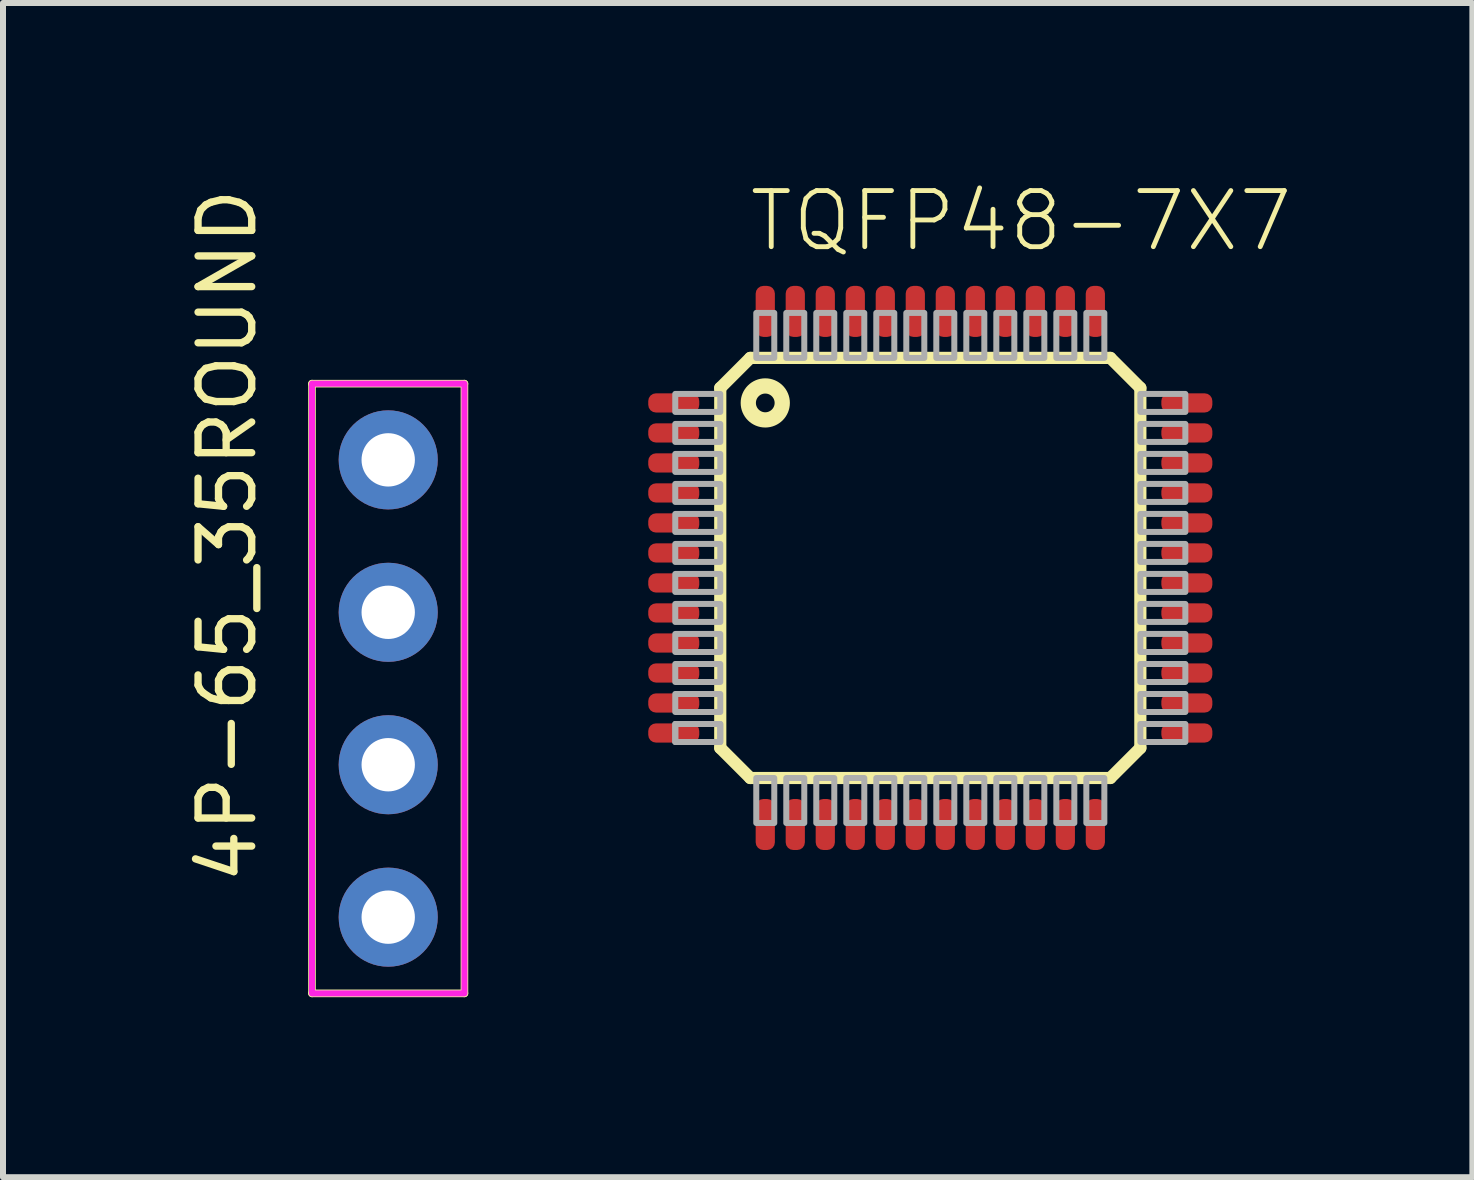
<source format=kicad_pcb>
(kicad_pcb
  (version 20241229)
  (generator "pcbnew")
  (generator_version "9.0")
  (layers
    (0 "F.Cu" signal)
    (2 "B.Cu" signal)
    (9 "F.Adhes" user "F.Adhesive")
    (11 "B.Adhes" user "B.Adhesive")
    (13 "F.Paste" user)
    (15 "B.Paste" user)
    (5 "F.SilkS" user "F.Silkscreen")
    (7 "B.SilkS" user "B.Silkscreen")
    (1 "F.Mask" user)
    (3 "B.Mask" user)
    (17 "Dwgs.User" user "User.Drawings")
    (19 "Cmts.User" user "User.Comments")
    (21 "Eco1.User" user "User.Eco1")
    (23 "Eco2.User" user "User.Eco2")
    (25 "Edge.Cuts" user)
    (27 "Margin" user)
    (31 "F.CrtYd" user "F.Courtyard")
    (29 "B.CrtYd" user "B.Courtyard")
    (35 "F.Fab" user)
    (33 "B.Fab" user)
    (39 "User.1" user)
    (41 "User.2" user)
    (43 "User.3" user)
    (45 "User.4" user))
  (footprint "TQFP48-7X7"
    (layer "F.Cu")
    (at 12.452 6.414)
    (property "Reference" "TQFP48-7X7" (at -3.06 -5.235 0) (layer "F.SilkS") (effects (font (size 0.935 0.935) (thickness 0.081)) (justify left bottom)))
    (fp_line (start -3.5 -3) (end -3 -3.5) (stroke (width 0.203) (type solid)) (layer "F.SilkS"))
    (fp_line (start -3.5 3) (end -3.5 -3) (stroke (width 0.203) (type solid)) (layer "F.SilkS"))
    (fp_line (start -3 -3.5) (end 3 -3.5) (stroke (width 0.203) (type solid)) (layer "F.SilkS"))
    (fp_line (start -3 3.5) (end -3.5 3) (stroke (width 0.203) (type solid)) (layer "F.SilkS"))
    (fp_line (start 3 -3.5) (end 3.5 -3) (stroke (width 0.203) (type solid)) (layer "F.SilkS"))
    (fp_line (start 3 3.5) (end -3 3.5) (stroke (width 0.203) (type solid)) (layer "F.SilkS"))
    (fp_line (start 3.5 -3) (end 3.5 3) (stroke (width 0.203) (type solid)) (layer "F.SilkS"))
    (fp_line (start 3.5 3) (end 3 3.5) (stroke (width 0.203) (type solid)) (layer "F.SilkS"))
    (fp_circle (center -2.75 -2.75) (end -2.467 -2.75) (stroke (width 0.254) (type solid)) (fill no) (layer "F.SilkS"))
    (fp_poly (pts (xy -4.25 -2.6) (xy -3.5 -2.6) (xy -3.5 -2.9) (xy -4.25 -2.9)) (stroke (width 0.1) (type default)) (fill no) (layer "F.Fab"))
    (fp_poly (pts (xy -4.25 -2.1) (xy -3.5 -2.1) (xy -3.5 -2.4) (xy -4.25 -2.4)) (stroke (width 0.1) (type default)) (fill no) (layer "F.Fab"))
    (fp_poly (pts (xy -4.25 -1.6) (xy -3.5 -1.6) (xy -3.5 -1.9) (xy -4.25 -1.9)) (stroke (width 0.1) (type default)) (fill no) (layer "F.Fab"))
    (fp_poly (pts (xy -4.25 -1.1) (xy -3.5 -1.1) (xy -3.5 -1.4) (xy -4.25 -1.4)) (stroke (width 0.1) (type default)) (fill no) (layer "F.Fab"))
    (fp_poly (pts (xy -4.25 -0.6) (xy -3.5 -0.6) (xy -3.5 -0.9) (xy -4.25 -0.9)) (stroke (width 0.1) (type default)) (fill no) (layer "F.Fab"))
    (fp_poly (pts (xy -4.25 -0.1) (xy -3.5 -0.1) (xy -3.5 -0.4) (xy -4.25 -0.4)) (stroke (width 0.1) (type default)) (fill no) (layer "F.Fab"))
    (fp_poly (pts (xy -4.25 0.4) (xy -3.5 0.4) (xy -3.5 0.1) (xy -4.25 0.1)) (stroke (width 0.1) (type default)) (fill no) (layer "F.Fab"))
    (fp_poly (pts (xy -4.25 0.9) (xy -3.5 0.9) (xy -3.5 0.6) (xy -4.25 0.6)) (stroke (width 0.1) (type default)) (fill no) (layer "F.Fab"))
    (fp_poly (pts (xy -4.25 1.4) (xy -3.5 1.4) (xy -3.5 1.1) (xy -4.25 1.1)) (stroke (width 0.1) (type default)) (fill no) (layer "F.Fab"))
    (fp_poly (pts (xy -4.25 1.9) (xy -3.5 1.9) (xy -3.5 1.6) (xy -4.25 1.6)) (stroke (width 0.1) (type default)) (fill no) (layer "F.Fab"))
    (fp_poly (pts (xy -4.25 2.4) (xy -3.5 2.4) (xy -3.5 2.1) (xy -4.25 2.1)) (stroke (width 0.1) (type default)) (fill no) (layer "F.Fab"))
    (fp_poly (pts (xy -4.25 2.9) (xy -3.5 2.9) (xy -3.5 2.6) (xy -4.25 2.6)) (stroke (width 0.1) (type default)) (fill no) (layer "F.Fab"))
    (fp_poly (pts (xy -4.25 2.9) (xy -3.5 2.9) (xy -3.5 2.6) (xy -4.25 2.6)) (stroke (width 0.1) (type default)) (fill no) (layer "F.Fab"))
    (fp_poly (pts (xy -2.9 -3.5) (xy -2.6 -3.5) (xy -2.6 -4.25) (xy -2.9 -4.25)) (stroke (width 0.1) (type default)) (fill no) (layer "F.Fab"))
    (fp_poly (pts (xy -2.9 4.25) (xy -2.6 4.25) (xy -2.6 3.5) (xy -2.9 3.5)) (stroke (width 0.1) (type default)) (fill no) (layer "F.Fab"))
    (fp_poly (pts (xy -2.4 -3.5) (xy -2.1 -3.5) (xy -2.1 -4.25) (xy -2.4 -4.25)) (stroke (width 0.1) (type default)) (fill no) (layer "F.Fab"))
    (fp_poly (pts (xy -2.4 4.25) (xy -2.1 4.25) (xy -2.1 3.5) (xy -2.4 3.5)) (stroke (width 0.1) (type default)) (fill no) (layer "F.Fab"))
    (fp_poly (pts (xy -1.9 -3.5) (xy -1.6 -3.5) (xy -1.6 -4.25) (xy -1.9 -4.25)) (stroke (width 0.1) (type default)) (fill no) (layer "F.Fab"))
    (fp_poly (pts (xy -1.9 4.25) (xy -1.6 4.25) (xy -1.6 3.5) (xy -1.9 3.5)) (stroke (width 0.1) (type default)) (fill no) (layer "F.Fab"))
    (fp_poly (pts (xy -1.4 -3.5) (xy -1.1 -3.5) (xy -1.1 -4.25) (xy -1.4 -4.25)) (stroke (width 0.1) (type default)) (fill no) (layer "F.Fab"))
    (fp_poly (pts (xy -1.4 4.25) (xy -1.1 4.25) (xy -1.1 3.5) (xy -1.4 3.5)) (stroke (width 0.1) (type default)) (fill no) (layer "F.Fab"))
    (fp_poly (pts (xy -0.9 -3.5) (xy -0.6 -3.5) (xy -0.6 -4.25) (xy -0.9 -4.25)) (stroke (width 0.1) (type default)) (fill no) (layer "F.Fab"))
    (fp_poly (pts (xy -0.9 4.25) (xy -0.6 4.25) (xy -0.6 3.5) (xy -0.9 3.5)) (stroke (width 0.1) (type default)) (fill no) (layer "F.Fab"))
    (fp_poly (pts (xy -0.4 -3.5) (xy -0.1 -3.5) (xy -0.1 -4.25) (xy -0.4 -4.25)) (stroke (width 0.1) (type default)) (fill no) (layer "F.Fab"))
    (fp_poly (pts (xy -0.4 4.25) (xy -0.1 4.25) (xy -0.1 3.5) (xy -0.4 3.5)) (stroke (width 0.1) (type default)) (fill no) (layer "F.Fab"))
    (fp_poly (pts (xy 0.1 -3.5) (xy 0.4 -3.5) (xy 0.4 -4.25) (xy 0.1 -4.25)) (stroke (width 0.1) (type default)) (fill no) (layer "F.Fab"))
    (fp_poly (pts (xy 0.1 4.25) (xy 0.4 4.25) (xy 0.4 3.5) (xy 0.1 3.5)) (stroke (width 0.1) (type default)) (fill no) (layer "F.Fab"))
    (fp_poly (pts (xy 0.6 -3.5) (xy 0.9 -3.5) (xy 0.9 -4.25) (xy 0.6 -4.25)) (stroke (width 0.1) (type default)) (fill no) (layer "F.Fab"))
    (fp_poly (pts (xy 0.6 4.25) (xy 0.9 4.25) (xy 0.9 3.5) (xy 0.6 3.5)) (stroke (width 0.1) (type default)) (fill no) (layer "F.Fab"))
    (fp_poly (pts (xy 1.1 -3.5) (xy 1.4 -3.5) (xy 1.4 -4.25) (xy 1.1 -4.25)) (stroke (width 0.1) (type default)) (fill no) (layer "F.Fab"))
    (fp_poly (pts (xy 1.1 4.25) (xy 1.4 4.25) (xy 1.4 3.5) (xy 1.1 3.5)) (stroke (width 0.1) (type default)) (fill no) (layer "F.Fab"))
    (fp_poly (pts (xy 1.6 -3.5) (xy 1.9 -3.5) (xy 1.9 -4.25) (xy 1.6 -4.25)) (stroke (width 0.1) (type default)) (fill no) (layer "F.Fab"))
    (fp_poly (pts (xy 1.6 4.25) (xy 1.9 4.25) (xy 1.9 3.5) (xy 1.6 3.5)) (stroke (width 0.1) (type default)) (fill no) (layer "F.Fab"))
    (fp_poly (pts (xy 2.1 -3.5) (xy 2.4 -3.5) (xy 2.4 -4.25) (xy 2.1 -4.25)) (stroke (width 0.1) (type default)) (fill no) (layer "F.Fab"))
    (fp_poly (pts (xy 2.1 4.25) (xy 2.4 4.25) (xy 2.4 3.5) (xy 2.1 3.5)) (stroke (width 0.1) (type default)) (fill no) (layer "F.Fab"))
    (fp_poly (pts (xy 2.6 -3.5) (xy 2.9 -3.5) (xy 2.9 -4.25) (xy 2.6 -4.25)) (stroke (width 0.1) (type default)) (fill no) (layer "F.Fab"))
    (fp_poly (pts (xy 2.6 4.25) (xy 2.9 4.25) (xy 2.9 3.5) (xy 2.6 3.5)) (stroke (width 0.1) (type default)) (fill no) (layer "F.Fab"))
    (fp_poly (pts (xy 3.5 -2.6) (xy 4.25 -2.6) (xy 4.25 -2.9) (xy 3.5 -2.9)) (stroke (width 0.1) (type default)) (fill no) (layer "F.Fab"))
    (fp_poly (pts (xy 3.5 -2.1) (xy 4.25 -2.1) (xy 4.25 -2.4) (xy 3.5 -2.4)) (stroke (width 0.1) (type default)) (fill no) (layer "F.Fab"))
    (fp_poly (pts (xy 3.5 -1.6) (xy 4.25 -1.6) (xy 4.25 -1.9) (xy 3.5 -1.9)) (stroke (width 0.1) (type default)) (fill no) (layer "F.Fab"))
    (fp_poly (pts (xy 3.5 -1.1) (xy 4.25 -1.1) (xy 4.25 -1.4) (xy 3.5 -1.4)) (stroke (width 0.1) (type default)) (fill no) (layer "F.Fab"))
    (fp_poly (pts (xy 3.5 -0.6) (xy 4.25 -0.6) (xy 4.25 -0.9) (xy 3.5 -0.9)) (stroke (width 0.1) (type default)) (fill no) (layer "F.Fab"))
    (fp_poly (pts (xy 3.5 -0.1) (xy 4.25 -0.1) (xy 4.25 -0.4) (xy 3.5 -0.4)) (stroke (width 0.1) (type default)) (fill no) (layer "F.Fab"))
    (fp_poly (pts (xy 3.5 0.4) (xy 4.25 0.4) (xy 4.25 0.1) (xy 3.5 0.1)) (stroke (width 0.1) (type default)) (fill no) (layer "F.Fab"))
    (fp_poly (pts (xy 3.5 0.9) (xy 4.25 0.9) (xy 4.25 0.6) (xy 3.5 0.6)) (stroke (width 0.1) (type default)) (fill no) (layer "F.Fab"))
    (fp_poly (pts (xy 3.5 1.4) (xy 4.25 1.4) (xy 4.25 1.1) (xy 3.5 1.1)) (stroke (width 0.1) (type default)) (fill no) (layer "F.Fab"))
    (fp_poly (pts (xy 3.5 1.9) (xy 4.25 1.9) (xy 4.25 1.6) (xy 3.5 1.6)) (stroke (width 0.1) (type default)) (fill no) (layer "F.Fab"))
    (fp_poly (pts (xy 3.5 2.4) (xy 4.25 2.4) (xy 4.25 2.1) (xy 3.5 2.1)) (stroke (width 0.1) (type default)) (fill no) (layer "F.Fab"))
    (fp_poly (pts (xy 3.5 2.9) (xy 4.25 2.9) (xy 4.25 2.6) (xy 3.5 2.6)) (stroke (width 0.1) (type default)) (fill no) (layer "F.Fab"))
    (pad "1" smd roundrect (at -4.275 -2.75) (size 0.85 0.32) (layers "F.Cu" "F.Mask" "F.Paste") (roundrect_rratio 0.4))
    (pad "2" smd roundrect (at -4.275 -2.25) (size 0.85 0.32) (layers "F.Cu" "F.Mask" "F.Paste") (roundrect_rratio 0.4))
    (pad "3" smd roundrect (at -4.275 -1.75) (size 0.85 0.32) (layers "F.Cu" "F.Mask" "F.Paste") (roundrect_rratio 0.4))
    (pad "4" smd roundrect (at -4.275 -1.25) (size 0.85 0.32) (layers "F.Cu" "F.Mask" "F.Paste") (roundrect_rratio 0.4))
    (pad "5" smd roundrect (at -4.275 -0.75) (size 0.85 0.32) (layers "F.Cu" "F.Mask" "F.Paste") (roundrect_rratio 0.4))
    (pad "6" smd roundrect (at -4.275 -0.25) (size 0.85 0.32) (layers "F.Cu" "F.Mask" "F.Paste") (roundrect_rratio 0.4))
    (pad "7" smd roundrect (at -4.275 0.25) (size 0.85 0.32) (layers "F.Cu" "F.Mask" "F.Paste") (roundrect_rratio 0.4))
    (pad "8" smd roundrect (at -4.275 0.75) (size 0.85 0.32) (layers "F.Cu" "F.Mask" "F.Paste") (roundrect_rratio 0.4))
    (pad "9" smd roundrect (at -4.275 1.25) (size 0.85 0.32) (layers "F.Cu" "F.Mask" "F.Paste") (roundrect_rratio 0.4))
    (pad "10" smd roundrect (at -4.275 1.75) (size 0.85 0.32) (layers "F.Cu" "F.Mask" "F.Paste") (roundrect_rratio 0.4))
    (pad "11" smd roundrect (at -4.275 2.25) (size 0.85 0.32) (layers "F.Cu" "F.Mask" "F.Paste") (roundrect_rratio 0.4))
    (pad "12" smd roundrect (at -4.275 2.75) (size 0.85 0.32) (layers "F.Cu" "F.Mask" "F.Paste") (roundrect_rratio 0.4))
    (pad "13" smd roundrect (at -2.75 4.275 90) (size 0.85 0.32) (layers "F.Cu" "F.Mask" "F.Paste") (roundrect_rratio 0.4))
    (pad "14" smd roundrect (at -2.25 4.275 90) (size 0.85 0.32) (layers "F.Cu" "F.Mask" "F.Paste") (roundrect_rratio 0.4))
    (pad "15" smd roundrect (at -1.75 4.275 90) (size 0.85 0.32) (layers "F.Cu" "F.Mask" "F.Paste") (roundrect_rratio 0.4))
    (pad "16" smd roundrect (at -1.25 4.275 90) (size 0.85 0.32) (layers "F.Cu" "F.Mask" "F.Paste") (roundrect_rratio 0.4))
    (pad "17" smd roundrect (at -0.75 4.275 90) (size 0.85 0.32) (layers "F.Cu" "F.Mask" "F.Paste") (roundrect_rratio 0.4))
    (pad "18" smd roundrect (at -0.25 4.275 90) (size 0.85 0.32) (layers "F.Cu" "F.Mask" "F.Paste") (roundrect_rratio 0.4))
    (pad "19" smd roundrect (at 0.25 4.275 90) (size 0.85 0.32) (layers "F.Cu" "F.Mask" "F.Paste") (roundrect_rratio 0.4))
    (pad "20" smd roundrect (at 0.75 4.275 90) (size 0.85 0.32) (layers "F.Cu" "F.Mask" "F.Paste") (roundrect_rratio 0.4))
    (pad "21" smd roundrect (at 1.25 4.275 90) (size 0.85 0.32) (layers "F.Cu" "F.Mask" "F.Paste") (roundrect_rratio 0.4))
    (pad "22" smd roundrect (at 1.75 4.275 90) (size 0.85 0.32) (layers "F.Cu" "F.Mask" "F.Paste") (roundrect_rratio 0.4))
    (pad "23" smd roundrect (at 2.25 4.275 90) (size 0.85 0.32) (layers "F.Cu" "F.Mask" "F.Paste") (roundrect_rratio 0.4))
    (pad "24" smd roundrect (at 2.75 4.275 90) (size 0.85 0.32) (layers "F.Cu" "F.Mask" "F.Paste") (roundrect_rratio 0.4))
    (pad "25" smd roundrect (at 4.275 2.75) (size 0.85 0.32) (layers "F.Cu" "F.Mask" "F.Paste") (roundrect_rratio 0.4))
    (pad "26" smd roundrect (at 4.275 2.25) (size 0.85 0.32) (layers "F.Cu" "F.Mask" "F.Paste") (roundrect_rratio 0.4))
    (pad "27" smd roundrect (at 4.275 1.75) (size 0.85 0.32) (layers "F.Cu" "F.Mask" "F.Paste") (roundrect_rratio 0.4))
    (pad "28" smd roundrect (at 4.275 1.25) (size 0.85 0.32) (layers "F.Cu" "F.Mask" "F.Paste") (roundrect_rratio 0.4))
    (pad "29" smd roundrect (at 4.275 0.75) (size 0.85 0.32) (layers "F.Cu" "F.Mask" "F.Paste") (roundrect_rratio 0.4))
    (pad "30" smd roundrect (at 4.275 0.25) (size 0.85 0.32) (layers "F.Cu" "F.Mask" "F.Paste") (roundrect_rratio 0.4))
    (pad "31" smd roundrect (at 4.275 -0.25) (size 0.85 0.32) (layers "F.Cu" "F.Mask" "F.Paste") (roundrect_rratio 0.4))
    (pad "32" smd roundrect (at 4.275 -0.75) (size 0.85 0.32) (layers "F.Cu" "F.Mask" "F.Paste") (roundrect_rratio 0.4))
    (pad "33" smd roundrect (at 4.275 -1.25) (size 0.85 0.32) (layers "F.Cu" "F.Mask" "F.Paste") (roundrect_rratio 0.4))
    (pad "34" smd roundrect (at 4.275 -1.75) (size 0.85 0.32) (layers "F.Cu" "F.Mask" "F.Paste") (roundrect_rratio 0.4))
    (pad "35" smd roundrect (at 4.275 -2.25) (size 0.85 0.32) (layers "F.Cu" "F.Mask" "F.Paste") (roundrect_rratio 0.4))
    (pad "36" smd roundrect (at 4.275 -2.75) (size 0.85 0.32) (layers "F.Cu" "F.Mask" "F.Paste") (roundrect_rratio 0.4))
    (pad "37" smd roundrect (at 2.75 -4.275 90) (size 0.85 0.32) (layers "F.Cu" "F.Mask" "F.Paste") (roundrect_rratio 0.4))
    (pad "38" smd roundrect (at 2.25 -4.275 90) (size 0.85 0.32) (layers "F.Cu" "F.Mask" "F.Paste") (roundrect_rratio 0.4))
    (pad "39" smd roundrect (at 1.75 -4.275 90) (size 0.85 0.32) (layers "F.Cu" "F.Mask" "F.Paste") (roundrect_rratio 0.4))
    (pad "40" smd roundrect (at 1.25 -4.275 90) (size 0.85 0.32) (layers "F.Cu" "F.Mask" "F.Paste") (roundrect_rratio 0.4))
    (pad "41" smd roundrect (at 0.75 -4.275 90) (size 0.85 0.32) (layers "F.Cu" "F.Mask" "F.Paste") (roundrect_rratio 0.4))
    (pad "42" smd roundrect (at 0.25 -4.275 90) (size 0.85 0.32) (layers "F.Cu" "F.Mask" "F.Paste") (roundrect_rratio 0.4))
    (pad "43" smd roundrect (at -0.25 -4.275 90) (size 0.85 0.32) (layers "F.Cu" "F.Mask" "F.Paste") (roundrect_rratio 0.4))
    (pad "44" smd roundrect (at -0.75 -4.275 90) (size 0.85 0.32) (layers "F.Cu" "F.Mask" "F.Paste") (roundrect_rratio 0.4))
    (pad "45" smd roundrect (at -1.25 -4.275 90) (size 0.85 0.32) (layers "F.Cu" "F.Mask" "F.Paste") (roundrect_rratio 0.4))
    (pad "46" smd roundrect (at -1.75 -4.275 90) (size 0.85 0.32) (layers "F.Cu" "F.Mask" "F.Paste") (roundrect_rratio 0.4))
    (pad "47" smd roundrect (at -2.25 -4.275 90) (size 0.85 0.32) (layers "F.Cu" "F.Mask" "F.Paste") (roundrect_rratio 0.4))
    (pad "48" smd roundrect (at -2.75 -4.275 90) (size 0.85 0.32) (layers "F.Cu" "F.Mask" "F.Paste") (roundrect_rratio 0.4)))
  (footprint "4P-65_35ROUND"
    (layer "F.Cu")
    (at 3.419 8.423)
    (property "Reference" "4P-65_35ROUND" (at -2.159 3.302 90) (layer "F.SilkS") (effects (font (size 0.894 0.894) (thickness 0.122)) (justify left bottom)))
    (fp_line (start -1.27 -5.08) (end 1.27 -5.08) (stroke (width 0.127) (type solid)) (layer "F.SilkS"))
    (fp_line (start -1.27 5.08) (end -1.27 -5.08) (stroke (width 0.127) (type solid)) (layer "F.SilkS"))
    (fp_line (start 1.27 -5.08) (end 1.27 5.08) (stroke (width 0.127) (type solid)) (layer "F.SilkS"))
    (fp_line (start 1.27 5.08) (end -1.27 5.08) (stroke (width 0.127) (type solid)) (layer "F.SilkS"))
    (fp_line (start -1.27 -5.08) (end 1.27 -5.08) (stroke (width 0.05) (type solid)) (layer "F.CrtYd"))
    (fp_line (start -1.27 5.08) (end -1.27 -5.08) (stroke (width 0.05) (type solid)) (layer "F.CrtYd"))
    (fp_line (start 1.27 -5.08) (end 1.27 5.08) (stroke (width 0.05) (type solid)) (layer "F.CrtYd"))
    (fp_line (start 1.27 5.08) (end -1.27 5.08) (stroke (width 0.05) (type solid)) (layer "F.CrtYd"))
    (fp_poly (pts (xy -1.27 5.08) (xy 1.27 5.08) (xy 1.27 -5.08) (xy -1.27 -5.08)) (stroke (width 0.1) (type default)) (fill no) (layer "F.CrtYd"))
    (pad "1" thru_hole circle (at 0 -3.81) (size 1.651 1.651) (drill 0.889) (layers "*.Cu" "*.Mask"))
    (pad "2" thru_hole circle (at 0 -1.27) (size 1.651 1.651) (drill 0.889) (layers "*.Cu" "*.Mask"))
    (pad "3" thru_hole circle (at 0 1.27) (size 1.651 1.651) (drill 0.889) (layers "*.Cu" "*.Mask"))
    (pad "4" thru_hole circle (at 0 3.81) (size 1.651 1.651) (drill 0.889) (layers "*.Cu" "*.Mask")))
  (gr_rect
    (start -3 -3)
    (end 21.485 16.566)
    (stroke (width 0.1) (type default))
    (fill no)
    (layer "Edge.Cuts")))
</source>
